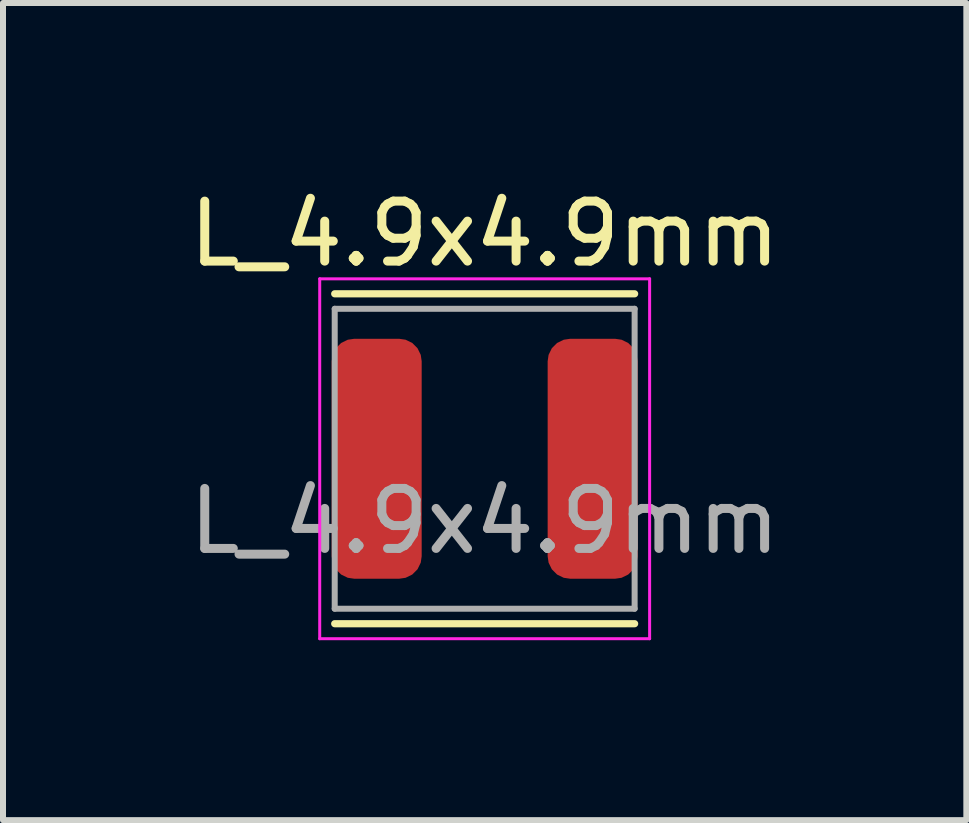
<source format=kicad_pcb>
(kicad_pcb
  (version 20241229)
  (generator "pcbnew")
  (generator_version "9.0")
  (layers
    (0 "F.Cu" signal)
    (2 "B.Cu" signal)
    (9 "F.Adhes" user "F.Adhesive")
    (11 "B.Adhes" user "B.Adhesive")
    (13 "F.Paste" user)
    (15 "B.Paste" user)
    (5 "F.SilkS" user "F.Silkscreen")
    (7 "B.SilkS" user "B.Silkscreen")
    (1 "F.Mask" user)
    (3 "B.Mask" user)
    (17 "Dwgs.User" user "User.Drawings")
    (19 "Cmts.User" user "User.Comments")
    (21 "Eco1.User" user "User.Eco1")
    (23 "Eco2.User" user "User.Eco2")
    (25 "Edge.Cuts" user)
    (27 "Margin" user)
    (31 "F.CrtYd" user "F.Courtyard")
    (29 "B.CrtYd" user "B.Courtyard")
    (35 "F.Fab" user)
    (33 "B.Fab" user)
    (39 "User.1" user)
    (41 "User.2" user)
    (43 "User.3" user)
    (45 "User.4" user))
  (footprint "L_4.9x4.9mm"
    (layer "F.Cu")
    (at 5.03 4.598)
    (property "Reference" "L_4.9x4.9mm" (at 0 -3.75 0) (unlocked yes) (layer "F.SilkS") (effects (font (size 1 1) (thickness 0.15))))
    (attr smd)
    (fp_line (start -2.5 -2.75) (end 2.5 -2.75) (stroke (width 0.12) (type solid)) (layer "F.SilkS"))
    (fp_line (start -2.5 2.75) (end 2.5 2.75) (stroke (width 0.12) (type solid)) (layer "F.SilkS"))
    (fp_line (start -2.75 -3) (end 2.75 -3) (stroke (width 0.05) (type solid)) (layer "F.CrtYd"))
    (fp_line (start -2.75 3) (end -2.75 -3) (stroke (width 0.05) (type solid)) (layer "F.CrtYd"))
    (fp_line (start 2.75 -3) (end 2.75 3) (stroke (width 0.05) (type solid)) (layer "F.CrtYd"))
    (fp_line (start 2.75 3) (end -2.75 3) (stroke (width 0.05) (type solid)) (layer "F.CrtYd"))
    (fp_line (start -2.5 -2.5) (end 2.5 -2.5) (stroke (width 0.1) (type solid)) (layer "F.Fab"))
    (fp_line (start -2.5 2.5) (end -2.5 -2.5) (stroke (width 0.1) (type solid)) (layer "F.Fab"))
    (fp_line (start 2.5 -2.5) (end 2.5 2.5) (stroke (width 0.1) (type solid)) (layer "F.Fab"))
    (fp_line (start 2.5 2.5) (end -2.5 2.5) (stroke (width 0.1) (type solid)) (layer "F.Fab"))
    (fp_text user "${REFERENCE}" (at 0 1.04 0) (unlocked yes) (layer "F.Fab") (effects (font (size 1 1) (thickness 0.15))))
    (pad "1" smd roundrect (at -1.8 0) (size 1.5 4) (layers "F.Cu" "F.Mask" "F.Paste") (roundrect_rratio 0.25))
    (pad "2" smd roundrect (at 1.8 0) (size 1.5 4) (layers "F.Cu" "F.Mask" "F.Paste") (roundrect_rratio 0.25)))
  (gr_rect
    (start -3 -3)
    (end 13.06 10.623)
    (stroke (width 0.1) (type default))
    (fill no)
    (layer "Edge.Cuts")))
</source>
